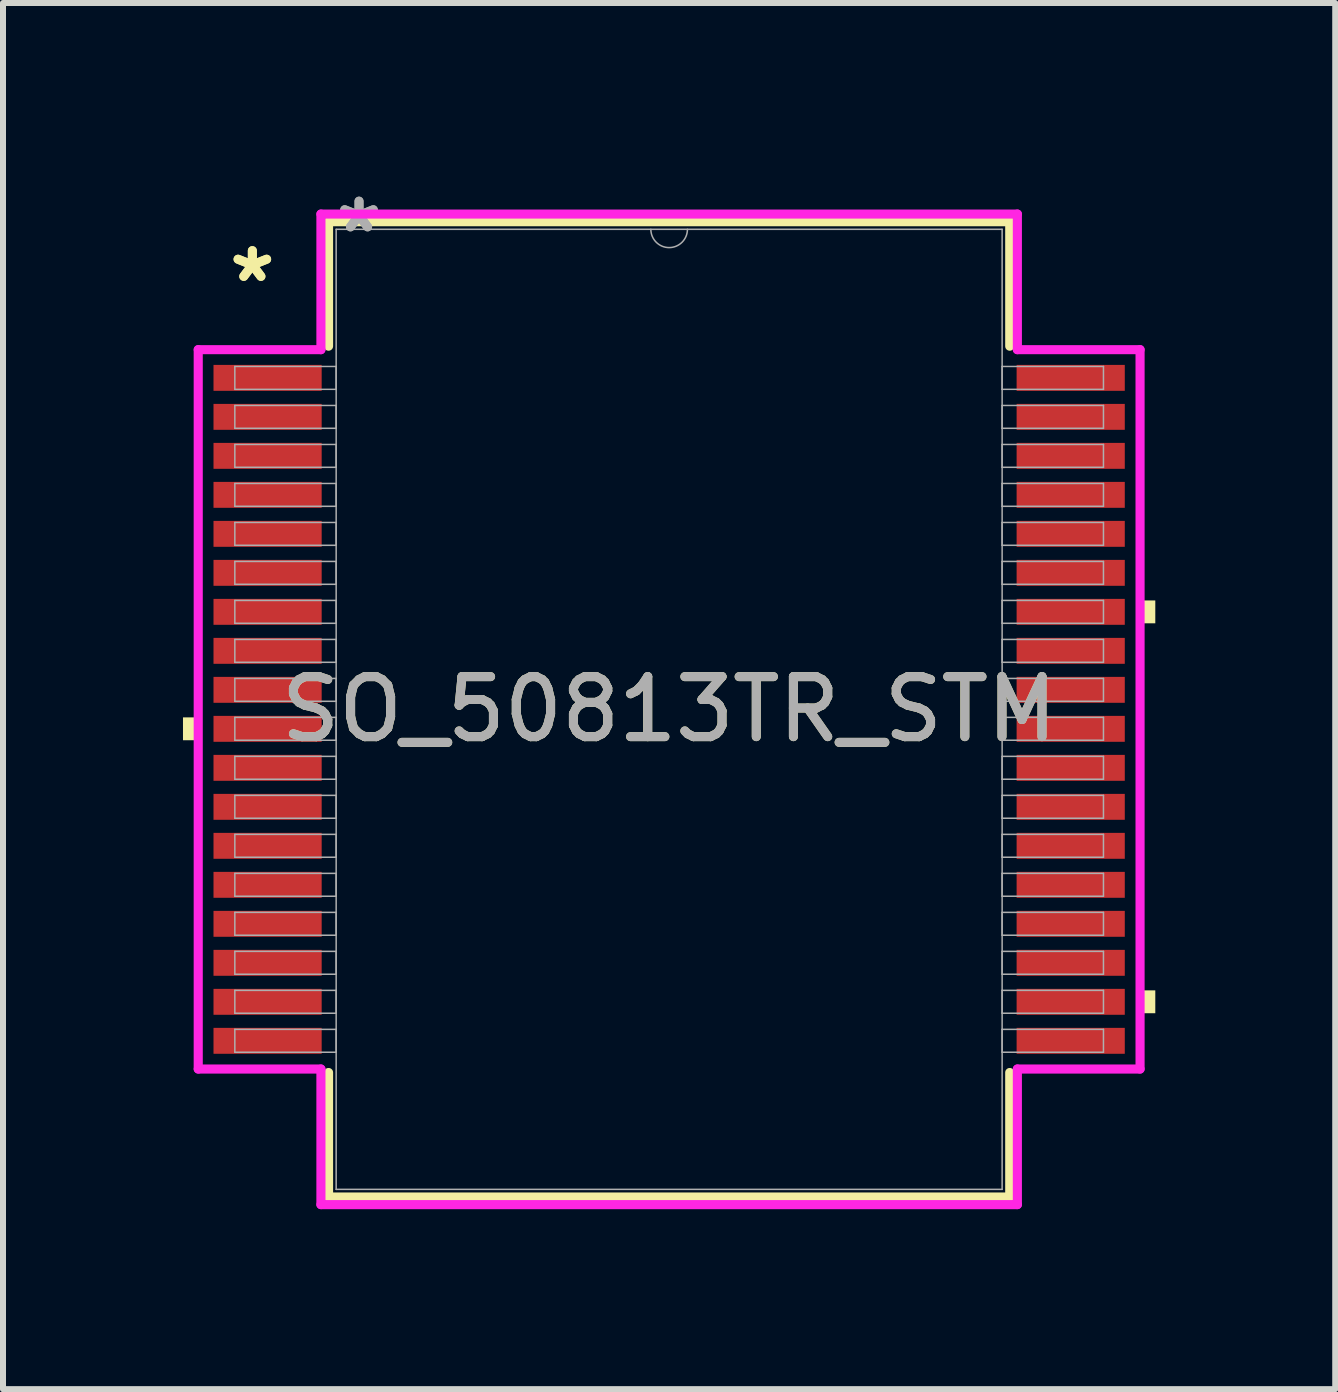
<source format=kicad_pcb>
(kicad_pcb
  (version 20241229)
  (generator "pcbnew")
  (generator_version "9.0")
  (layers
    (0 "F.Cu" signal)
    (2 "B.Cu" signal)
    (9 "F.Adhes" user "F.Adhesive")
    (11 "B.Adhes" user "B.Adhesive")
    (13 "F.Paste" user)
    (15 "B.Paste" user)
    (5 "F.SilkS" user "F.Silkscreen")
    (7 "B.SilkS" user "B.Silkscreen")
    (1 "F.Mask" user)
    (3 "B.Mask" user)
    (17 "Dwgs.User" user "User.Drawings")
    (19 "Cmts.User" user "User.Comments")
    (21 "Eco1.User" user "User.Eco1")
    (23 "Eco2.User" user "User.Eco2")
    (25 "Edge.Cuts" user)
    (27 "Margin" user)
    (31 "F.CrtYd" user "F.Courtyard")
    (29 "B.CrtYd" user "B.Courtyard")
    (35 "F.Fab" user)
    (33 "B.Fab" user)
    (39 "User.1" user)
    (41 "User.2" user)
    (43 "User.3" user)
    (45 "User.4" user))
  (footprint "SO_50813TR_STM"
    (layer "F.Cu")
    (at 8.103 8.773)
    (property "Reference" "SO_50813TR_STM" (at 0 0 0) (unlocked yes) (layer "F.SilkS") (effects (font (size 1 1) (thickness 0.15))))
    (attr smd)
    (fp_line (start -5.677 -8.128) (end -5.677 -6.053) (stroke (width 0.152) (type solid)) (layer "F.SilkS"))
    (fp_line (start -5.677 6.053) (end -5.677 8.128) (stroke (width 0.152) (type solid)) (layer "F.SilkS"))
    (fp_line (start -5.677 8.128) (end 5.677 8.128) (stroke (width 0.152) (type solid)) (layer "F.SilkS"))
    (fp_line (start 5.677 -8.128) (end -5.677 -8.128) (stroke (width 0.152) (type solid)) (layer "F.SilkS"))
    (fp_line (start 5.677 -6.053) (end 5.677 -8.128) (stroke (width 0.152) (type solid)) (layer "F.SilkS"))
    (fp_line (start 5.677 8.128) (end 5.677 6.053) (stroke (width 0.152) (type solid)) (layer "F.SilkS"))
    (fp_poly (pts (xy -8.103 0.134) (xy -8.103 0.515) (xy -7.849 0.515) (xy -7.849 0.134)) (stroke (width 0) (type solid)) (fill yes) (layer "F.SilkS"))
    (fp_poly (pts (xy 8.103 -1.815) (xy 8.103 -1.434) (xy 7.849 -1.434) (xy 7.849 -1.815)) (stroke (width 0) (type solid)) (fill yes) (layer "F.SilkS"))
    (fp_poly (pts (xy 8.103 4.684) (xy 8.103 5.065) (xy 7.849 5.065) (xy 7.849 4.684)) (stroke (width 0) (type solid)) (fill yes) (layer "F.SilkS"))
    (fp_line (start -7.849 -5.995) (end -5.804 -5.995) (stroke (width 0.152) (type solid)) (layer "F.CrtYd"))
    (fp_line (start -7.849 5.995) (end -7.849 -5.995) (stroke (width 0.152) (type solid)) (layer "F.CrtYd"))
    (fp_line (start -7.849 5.995) (end -5.804 5.995) (stroke (width 0.152) (type solid)) (layer "F.CrtYd"))
    (fp_line (start -5.804 -8.255) (end 5.804 -8.255) (stroke (width 0.152) (type solid)) (layer "F.CrtYd"))
    (fp_line (start -5.804 -5.995) (end -5.804 -8.255) (stroke (width 0.152) (type solid)) (layer "F.CrtYd"))
    (fp_line (start -5.804 8.255) (end -5.804 5.995) (stroke (width 0.152) (type solid)) (layer "F.CrtYd"))
    (fp_line (start 5.804 -8.255) (end 5.804 -5.995) (stroke (width 0.152) (type solid)) (layer "F.CrtYd"))
    (fp_line (start 5.804 5.995) (end 5.804 8.255) (stroke (width 0.152) (type solid)) (layer "F.CrtYd"))
    (fp_line (start 5.804 8.255) (end -5.804 8.255) (stroke (width 0.152) (type solid)) (layer "F.CrtYd"))
    (fp_line (start 7.849 -5.995) (end 5.804 -5.995) (stroke (width 0.152) (type solid)) (layer "F.CrtYd"))
    (fp_line (start 7.849 -5.995) (end 7.849 5.995) (stroke (width 0.152) (type solid)) (layer "F.CrtYd"))
    (fp_line (start 7.849 5.995) (end 5.804 5.995) (stroke (width 0.152) (type solid)) (layer "F.CrtYd"))
    (fp_line (start -7.239 -5.715) (end -7.239 -5.334) (stroke (width 0.025) (type solid)) (layer "F.Fab"))
    (fp_line (start -7.239 -5.334) (end -5.55 -5.334) (stroke (width 0.025) (type solid)) (layer "F.Fab"))
    (fp_line (start -7.239 -5.065) (end -7.239 -4.684) (stroke (width 0.025) (type solid)) (layer "F.Fab"))
    (fp_line (start -7.239 -4.684) (end -5.55 -4.684) (stroke (width 0.025) (type solid)) (layer "F.Fab"))
    (fp_line (start -7.239 -4.415) (end -7.239 -4.034) (stroke (width 0.025) (type solid)) (layer "F.Fab"))
    (fp_line (start -7.239 -4.034) (end -5.55 -4.034) (stroke (width 0.025) (type solid)) (layer "F.Fab"))
    (fp_line (start -7.239 -3.765) (end -7.239 -3.384) (stroke (width 0.025) (type solid)) (layer "F.Fab"))
    (fp_line (start -7.239 -3.384) (end -5.55 -3.384) (stroke (width 0.025) (type solid)) (layer "F.Fab"))
    (fp_line (start -7.239 -3.115) (end -7.239 -2.734) (stroke (width 0.025) (type solid)) (layer "F.Fab"))
    (fp_line (start -7.239 -2.734) (end -5.55 -2.734) (stroke (width 0.025) (type solid)) (layer "F.Fab"))
    (fp_line (start -7.239 -2.465) (end -7.239 -2.084) (stroke (width 0.025) (type solid)) (layer "F.Fab"))
    (fp_line (start -7.239 -2.084) (end -5.55 -2.084) (stroke (width 0.025) (type solid)) (layer "F.Fab"))
    (fp_line (start -7.239 -1.815) (end -7.239 -1.434) (stroke (width 0.025) (type solid)) (layer "F.Fab"))
    (fp_line (start -7.239 -1.434) (end -5.55 -1.434) (stroke (width 0.025) (type solid)) (layer "F.Fab"))
    (fp_line (start -7.239 -1.165) (end -7.239 -0.784) (stroke (width 0.025) (type solid)) (layer "F.Fab"))
    (fp_line (start -7.239 -0.784) (end -5.55 -0.784) (stroke (width 0.025) (type solid)) (layer "F.Fab"))
    (fp_line (start -7.239 -0.515) (end -7.239 -0.134) (stroke (width 0.025) (type solid)) (layer "F.Fab"))
    (fp_line (start -7.239 -0.134) (end -5.55 -0.134) (stroke (width 0.025) (type solid)) (layer "F.Fab"))
    (fp_line (start -7.239 0.134) (end -7.239 0.515) (stroke (width 0.025) (type solid)) (layer "F.Fab"))
    (fp_line (start -7.239 0.515) (end -5.55 0.515) (stroke (width 0.025) (type solid)) (layer "F.Fab"))
    (fp_line (start -7.239 0.784) (end -7.239 1.165) (stroke (width 0.025) (type solid)) (layer "F.Fab"))
    (fp_line (start -7.239 1.165) (end -5.55 1.165) (stroke (width 0.025) (type solid)) (layer "F.Fab"))
    (fp_line (start -7.239 1.434) (end -7.239 1.815) (stroke (width 0.025) (type solid)) (layer "F.Fab"))
    (fp_line (start -7.239 1.815) (end -5.55 1.815) (stroke (width 0.025) (type solid)) (layer "F.Fab"))
    (fp_line (start -7.239 2.084) (end -7.239 2.465) (stroke (width 0.025) (type solid)) (layer "F.Fab"))
    (fp_line (start -7.239 2.465) (end -5.55 2.465) (stroke (width 0.025) (type solid)) (layer "F.Fab"))
    (fp_line (start -7.239 2.734) (end -7.239 3.115) (stroke (width 0.025) (type solid)) (layer "F.Fab"))
    (fp_line (start -7.239 3.115) (end -5.55 3.115) (stroke (width 0.025) (type solid)) (layer "F.Fab"))
    (fp_line (start -7.239 3.384) (end -7.239 3.765) (stroke (width 0.025) (type solid)) (layer "F.Fab"))
    (fp_line (start -7.239 3.765) (end -5.55 3.765) (stroke (width 0.025) (type solid)) (layer "F.Fab"))
    (fp_line (start -7.239 4.034) (end -7.239 4.415) (stroke (width 0.025) (type solid)) (layer "F.Fab"))
    (fp_line (start -7.239 4.415) (end -5.55 4.415) (stroke (width 0.025) (type solid)) (layer "F.Fab"))
    (fp_line (start -7.239 4.684) (end -7.239 5.065) (stroke (width 0.025) (type solid)) (layer "F.Fab"))
    (fp_line (start -7.239 5.065) (end -5.55 5.065) (stroke (width 0.025) (type solid)) (layer "F.Fab"))
    (fp_line (start -7.239 5.334) (end -7.239 5.715) (stroke (width 0.025) (type solid)) (layer "F.Fab"))
    (fp_line (start -7.239 5.715) (end -5.55 5.715) (stroke (width 0.025) (type solid)) (layer "F.Fab"))
    (fp_line (start -5.55 -8.001) (end -5.55 8.001) (stroke (width 0.025) (type solid)) (layer "F.Fab"))
    (fp_line (start -5.55 -5.715) (end -7.239 -5.715) (stroke (width 0.025) (type solid)) (layer "F.Fab"))
    (fp_line (start -5.55 -5.334) (end -5.55 -5.715) (stroke (width 0.025) (type solid)) (layer "F.Fab"))
    (fp_line (start -5.55 -5.065) (end -7.239 -5.065) (stroke (width 0.025) (type solid)) (layer "F.Fab"))
    (fp_line (start -5.55 -4.684) (end -5.55 -5.065) (stroke (width 0.025) (type solid)) (layer "F.Fab"))
    (fp_line (start -5.55 -4.415) (end -7.239 -4.415) (stroke (width 0.025) (type solid)) (layer "F.Fab"))
    (fp_line (start -5.55 -4.034) (end -5.55 -4.415) (stroke (width 0.025) (type solid)) (layer "F.Fab"))
    (fp_line (start -5.55 -3.765) (end -7.239 -3.765) (stroke (width 0.025) (type solid)) (layer "F.Fab"))
    (fp_line (start -5.55 -3.384) (end -5.55 -3.765) (stroke (width 0.025) (type solid)) (layer "F.Fab"))
    (fp_line (start -5.55 -3.115) (end -7.239 -3.115) (stroke (width 0.025) (type solid)) (layer "F.Fab"))
    (fp_line (start -5.55 -2.734) (end -5.55 -3.115) (stroke (width 0.025) (type solid)) (layer "F.Fab"))
    (fp_line (start -5.55 -2.465) (end -7.239 -2.465) (stroke (width 0.025) (type solid)) (layer "F.Fab"))
    (fp_line (start -5.55 -2.084) (end -5.55 -2.465) (stroke (width 0.025) (type solid)) (layer "F.Fab"))
    (fp_line (start -5.55 -1.815) (end -7.239 -1.815) (stroke (width 0.025) (type solid)) (layer "F.Fab"))
    (fp_line (start -5.55 -1.434) (end -5.55 -1.815) (stroke (width 0.025) (type solid)) (layer "F.Fab"))
    (fp_line (start -5.55 -1.165) (end -7.239 -1.165) (stroke (width 0.025) (type solid)) (layer "F.Fab"))
    (fp_line (start -5.55 -0.784) (end -5.55 -1.165) (stroke (width 0.025) (type solid)) (layer "F.Fab"))
    (fp_line (start -5.55 -0.515) (end -7.239 -0.515) (stroke (width 0.025) (type solid)) (layer "F.Fab"))
    (fp_line (start -5.55 -0.134) (end -5.55 -0.515) (stroke (width 0.025) (type solid)) (layer "F.Fab"))
    (fp_line (start -5.55 0.134) (end -7.239 0.134) (stroke (width 0.025) (type solid)) (layer "F.Fab"))
    (fp_line (start -5.55 0.515) (end -5.55 0.134) (stroke (width 0.025) (type solid)) (layer "F.Fab"))
    (fp_line (start -5.55 0.784) (end -7.239 0.784) (stroke (width 0.025) (type solid)) (layer "F.Fab"))
    (fp_line (start -5.55 1.165) (end -5.55 0.784) (stroke (width 0.025) (type solid)) (layer "F.Fab"))
    (fp_line (start -5.55 1.434) (end -7.239 1.434) (stroke (width 0.025) (type solid)) (layer "F.Fab"))
    (fp_line (start -5.55 1.815) (end -5.55 1.434) (stroke (width 0.025) (type solid)) (layer "F.Fab"))
    (fp_line (start -5.55 2.084) (end -7.239 2.084) (stroke (width 0.025) (type solid)) (layer "F.Fab"))
    (fp_line (start -5.55 2.465) (end -5.55 2.084) (stroke (width 0.025) (type solid)) (layer "F.Fab"))
    (fp_line (start -5.55 2.734) (end -7.239 2.734) (stroke (width 0.025) (type solid)) (layer "F.Fab"))
    (fp_line (start -5.55 3.115) (end -5.55 2.734) (stroke (width 0.025) (type solid)) (layer "F.Fab"))
    (fp_line (start -5.55 3.384) (end -7.239 3.384) (stroke (width 0.025) (type solid)) (layer "F.Fab"))
    (fp_line (start -5.55 3.765) (end -5.55 3.384) (stroke (width 0.025) (type solid)) (layer "F.Fab"))
    (fp_line (start -5.55 4.034) (end -7.239 4.034) (stroke (width 0.025) (type solid)) (layer "F.Fab"))
    (fp_line (start -5.55 4.415) (end -5.55 4.034) (stroke (width 0.025) (type solid)) (layer "F.Fab"))
    (fp_line (start -5.55 4.684) (end -7.239 4.684) (stroke (width 0.025) (type solid)) (layer "F.Fab"))
    (fp_line (start -5.55 5.065) (end -5.55 4.684) (stroke (width 0.025) (type solid)) (layer "F.Fab"))
    (fp_line (start -5.55 5.334) (end -7.239 5.334) (stroke (width 0.025) (type solid)) (layer "F.Fab"))
    (fp_line (start -5.55 5.715) (end -5.55 5.334) (stroke (width 0.025) (type solid)) (layer "F.Fab"))
    (fp_line (start -5.55 8.001) (end 5.55 8.001) (stroke (width 0.025) (type solid)) (layer "F.Fab"))
    (fp_line (start 5.55 -8.001) (end -5.55 -8.001) (stroke (width 0.025) (type solid)) (layer "F.Fab"))
    (fp_line (start 5.55 -5.715) (end 5.55 -5.334) (stroke (width 0.025) (type solid)) (layer "F.Fab"))
    (fp_line (start 5.55 -5.334) (end 7.239 -5.334) (stroke (width 0.025) (type solid)) (layer "F.Fab"))
    (fp_line (start 5.55 -5.065) (end 5.55 -4.684) (stroke (width 0.025) (type solid)) (layer "F.Fab"))
    (fp_line (start 5.55 -4.684) (end 7.239 -4.684) (stroke (width 0.025) (type solid)) (layer "F.Fab"))
    (fp_line (start 5.55 -4.415) (end 5.55 -4.034) (stroke (width 0.025) (type solid)) (layer "F.Fab"))
    (fp_line (start 5.55 -4.034) (end 7.239 -4.034) (stroke (width 0.025) (type solid)) (layer "F.Fab"))
    (fp_line (start 5.55 -3.765) (end 5.55 -3.384) (stroke (width 0.025) (type solid)) (layer "F.Fab"))
    (fp_line (start 5.55 -3.384) (end 7.239 -3.384) (stroke (width 0.025) (type solid)) (layer "F.Fab"))
    (fp_line (start 5.55 -3.115) (end 5.55 -2.734) (stroke (width 0.025) (type solid)) (layer "F.Fab"))
    (fp_line (start 5.55 -2.734) (end 7.239 -2.734) (stroke (width 0.025) (type solid)) (layer "F.Fab"))
    (fp_line (start 5.55 -2.465) (end 5.55 -2.084) (stroke (width 0.025) (type solid)) (layer "F.Fab"))
    (fp_line (start 5.55 -2.084) (end 7.239 -2.084) (stroke (width 0.025) (type solid)) (layer "F.Fab"))
    (fp_line (start 5.55 -1.815) (end 5.55 -1.434) (stroke (width 0.025) (type solid)) (layer "F.Fab"))
    (fp_line (start 5.55 -1.434) (end 7.239 -1.434) (stroke (width 0.025) (type solid)) (layer "F.Fab"))
    (fp_line (start 5.55 -1.165) (end 5.55 -0.784) (stroke (width 0.025) (type solid)) (layer "F.Fab"))
    (fp_line (start 5.55 -0.784) (end 7.239 -0.784) (stroke (width 0.025) (type solid)) (layer "F.Fab"))
    (fp_line (start 5.55 -0.515) (end 5.55 -0.134) (stroke (width 0.025) (type solid)) (layer "F.Fab"))
    (fp_line (start 5.55 -0.134) (end 7.239 -0.134) (stroke (width 0.025) (type solid)) (layer "F.Fab"))
    (fp_line (start 5.55 0.134) (end 5.55 0.515) (stroke (width 0.025) (type solid)) (layer "F.Fab"))
    (fp_line (start 5.55 0.515) (end 7.239 0.515) (stroke (width 0.025) (type solid)) (layer "F.Fab"))
    (fp_line (start 5.55 0.784) (end 5.55 1.165) (stroke (width 0.025) (type solid)) (layer "F.Fab"))
    (fp_line (start 5.55 1.165) (end 7.239 1.165) (stroke (width 0.025) (type solid)) (layer "F.Fab"))
    (fp_line (start 5.55 1.434) (end 5.55 1.815) (stroke (width 0.025) (type solid)) (layer "F.Fab"))
    (fp_line (start 5.55 1.815) (end 7.239 1.815) (stroke (width 0.025) (type solid)) (layer "F.Fab"))
    (fp_line (start 5.55 2.084) (end 5.55 2.465) (stroke (width 0.025) (type solid)) (layer "F.Fab"))
    (fp_line (start 5.55 2.465) (end 7.239 2.465) (stroke (width 0.025) (type solid)) (layer "F.Fab"))
    (fp_line (start 5.55 2.734) (end 5.55 3.115) (stroke (width 0.025) (type solid)) (layer "F.Fab"))
    (fp_line (start 5.55 3.115) (end 7.239 3.115) (stroke (width 0.025) (type solid)) (layer "F.Fab"))
    (fp_line (start 5.55 3.384) (end 5.55 3.765) (stroke (width 0.025) (type solid)) (layer "F.Fab"))
    (fp_line (start 5.55 3.765) (end 7.239 3.765) (stroke (width 0.025) (type solid)) (layer "F.Fab"))
    (fp_line (start 5.55 4.034) (end 5.55 4.415) (stroke (width 0.025) (type solid)) (layer "F.Fab"))
    (fp_line (start 5.55 4.415) (end 7.239 4.415) (stroke (width 0.025) (type solid)) (layer "F.Fab"))
    (fp_line (start 5.55 4.684) (end 5.55 5.065) (stroke (width 0.025) (type solid)) (layer "F.Fab"))
    (fp_line (start 5.55 5.065) (end 7.239 5.065) (stroke (width 0.025) (type solid)) (layer "F.Fab"))
    (fp_line (start 5.55 5.334) (end 5.55 5.715) (stroke (width 0.025) (type solid)) (layer "F.Fab"))
    (fp_line (start 5.55 5.715) (end 7.239 5.715) (stroke (width 0.025) (type solid)) (layer "F.Fab"))
    (fp_line (start 5.55 8.001) (end 5.55 -8.001) (stroke (width 0.025) (type solid)) (layer "F.Fab"))
    (fp_line (start 7.239 -5.715) (end 5.55 -5.715) (stroke (width 0.025) (type solid)) (layer "F.Fab"))
    (fp_line (start 7.239 -5.334) (end 7.239 -5.715) (stroke (width 0.025) (type solid)) (layer "F.Fab"))
    (fp_line (start 7.239 -5.065) (end 5.55 -5.065) (stroke (width 0.025) (type solid)) (layer "F.Fab"))
    (fp_line (start 7.239 -4.684) (end 7.239 -5.065) (stroke (width 0.025) (type solid)) (layer "F.Fab"))
    (fp_line (start 7.239 -4.415) (end 5.55 -4.415) (stroke (width 0.025) (type solid)) (layer "F.Fab"))
    (fp_line (start 7.239 -4.034) (end 7.239 -4.415) (stroke (width 0.025) (type solid)) (layer "F.Fab"))
    (fp_line (start 7.239 -3.765) (end 5.55 -3.765) (stroke (width 0.025) (type solid)) (layer "F.Fab"))
    (fp_line (start 7.239 -3.384) (end 7.239 -3.765) (stroke (width 0.025) (type solid)) (layer "F.Fab"))
    (fp_line (start 7.239 -3.115) (end 5.55 -3.115) (stroke (width 0.025) (type solid)) (layer "F.Fab"))
    (fp_line (start 7.239 -2.734) (end 7.239 -3.115) (stroke (width 0.025) (type solid)) (layer "F.Fab"))
    (fp_line (start 7.239 -2.465) (end 5.55 -2.465) (stroke (width 0.025) (type solid)) (layer "F.Fab"))
    (fp_line (start 7.239 -2.084) (end 7.239 -2.465) (stroke (width 0.025) (type solid)) (layer "F.Fab"))
    (fp_line (start 7.239 -1.815) (end 5.55 -1.815) (stroke (width 0.025) (type solid)) (layer "F.Fab"))
    (fp_line (start 7.239 -1.434) (end 7.239 -1.815) (stroke (width 0.025) (type solid)) (layer "F.Fab"))
    (fp_line (start 7.239 -1.165) (end 5.55 -1.165) (stroke (width 0.025) (type solid)) (layer "F.Fab"))
    (fp_line (start 7.239 -0.784) (end 7.239 -1.165) (stroke (width 0.025) (type solid)) (layer "F.Fab"))
    (fp_line (start 7.239 -0.515) (end 5.55 -0.515) (stroke (width 0.025) (type solid)) (layer "F.Fab"))
    (fp_line (start 7.239 -0.134) (end 7.239 -0.515) (stroke (width 0.025) (type solid)) (layer "F.Fab"))
    (fp_line (start 7.239 0.134) (end 5.55 0.134) (stroke (width 0.025) (type solid)) (layer "F.Fab"))
    (fp_line (start 7.239 0.515) (end 7.239 0.134) (stroke (width 0.025) (type solid)) (layer "F.Fab"))
    (fp_line (start 7.239 0.784) (end 5.55 0.784) (stroke (width 0.025) (type solid)) (layer "F.Fab"))
    (fp_line (start 7.239 1.165) (end 7.239 0.784) (stroke (width 0.025) (type solid)) (layer "F.Fab"))
    (fp_line (start 7.239 1.434) (end 5.55 1.434) (stroke (width 0.025) (type solid)) (layer "F.Fab"))
    (fp_line (start 7.239 1.815) (end 7.239 1.434) (stroke (width 0.025) (type solid)) (layer "F.Fab"))
    (fp_line (start 7.239 2.084) (end 5.55 2.084) (stroke (width 0.025) (type solid)) (layer "F.Fab"))
    (fp_line (start 7.239 2.465) (end 7.239 2.084) (stroke (width 0.025) (type solid)) (layer "F.Fab"))
    (fp_line (start 7.239 2.734) (end 5.55 2.734) (stroke (width 0.025) (type solid)) (layer "F.Fab"))
    (fp_line (start 7.239 3.115) (end 7.239 2.734) (stroke (width 0.025) (type solid)) (layer "F.Fab"))
    (fp_line (start 7.239 3.384) (end 5.55 3.384) (stroke (width 0.025) (type solid)) (layer "F.Fab"))
    (fp_line (start 7.239 3.765) (end 7.239 3.384) (stroke (width 0.025) (type solid)) (layer "F.Fab"))
    (fp_line (start 7.239 4.034) (end 5.55 4.034) (stroke (width 0.025) (type solid)) (layer "F.Fab"))
    (fp_line (start 7.239 4.415) (end 7.239 4.034) (stroke (width 0.025) (type solid)) (layer "F.Fab"))
    (fp_line (start 7.239 4.684) (end 5.55 4.684) (stroke (width 0.025) (type solid)) (layer "F.Fab"))
    (fp_line (start 7.239 5.065) (end 7.239 4.684) (stroke (width 0.025) (type solid)) (layer "F.Fab"))
    (fp_line (start 7.239 5.334) (end 5.55 5.334) (stroke (width 0.025) (type solid)) (layer "F.Fab"))
    (fp_line (start 7.239 5.715) (end 7.239 5.334) (stroke (width 0.025) (type solid)) (layer "F.Fab"))
    (fp_arc (start 0.3048 -8.001) (mid 0 -7.6962) (end -0.3048 -8.001) (stroke (width 0.0254) (type solid)) (layer "F.Fab"))
    (fp_text user "*" (at -6.947 -7.1 0) (unlocked yes) (layer "F.SilkS") (effects (font (size 1 1) (thickness 0.15))))
    (fp_text user "*" (at -6.947 -7.1 0) (layer "F.SilkS") (effects (font (size 1 1) (thickness 0.15))))
    (fp_text user "*" (at -5.169 -7.925 0) (unlocked yes) (layer "F.Fab") (effects (font (size 1 1) (thickness 0.15))))
    (fp_text user "*" (at -5.169 -7.925 0) (layer "F.Fab") (effects (font (size 1 1) (thickness 0.15))))
    (fp_text user "${REFERENCE}" (at 0 0 0) (unlocked yes) (layer "F.Fab") (effects (font (size 1 1) (thickness 0.15))))
    (pad "1" smd rect (at -6.693 -5.525) (size 1.803 0.432) (layers "F.Cu" "F.Mask" "F.Paste"))
    (pad "2" smd rect (at -6.693 -4.875) (size 1.803 0.432) (layers "F.Cu" "F.Mask" "F.Paste"))
    (pad "3" smd rect (at -6.693 -4.225) (size 1.803 0.432) (layers "F.Cu" "F.Mask" "F.Paste"))
    (pad "4" smd rect (at -6.693 -3.575) (size 1.803 0.432) (layers "F.Cu" "F.Mask" "F.Paste"))
    (pad "5" smd rect (at -6.693 -2.925) (size 1.803 0.432) (layers "F.Cu" "F.Mask" "F.Paste"))
    (pad "6" smd rect (at -6.693 -2.275) (size 1.803 0.432) (layers "F.Cu" "F.Mask" "F.Paste"))
    (pad "7" smd rect (at -6.693 -1.625) (size 1.803 0.432) (layers "F.Cu" "F.Mask" "F.Paste"))
    (pad "8" smd rect (at -6.693 -0.975) (size 1.803 0.432) (layers "F.Cu" "F.Mask" "F.Paste"))
    (pad "9" smd rect (at -6.693 -0.325) (size 1.803 0.432) (layers "F.Cu" "F.Mask" "F.Paste"))
    (pad "10" smd rect (at -6.693 0.325) (size 1.803 0.432) (layers "F.Cu" "F.Mask" "F.Paste"))
    (pad "11" smd rect (at -6.693 0.975) (size 1.803 0.432) (layers "F.Cu" "F.Mask" "F.Paste"))
    (pad "12" smd rect (at -6.693 1.625) (size 1.803 0.432) (layers "F.Cu" "F.Mask" "F.Paste"))
    (pad "13" smd rect (at -6.693 2.275) (size 1.803 0.432) (layers "F.Cu" "F.Mask" "F.Paste"))
    (pad "14" smd rect (at -6.693 2.925) (size 1.803 0.432) (layers "F.Cu" "F.Mask" "F.Paste"))
    (pad "15" smd rect (at -6.693 3.575) (size 1.803 0.432) (layers "F.Cu" "F.Mask" "F.Paste"))
    (pad "16" smd rect (at -6.693 4.225) (size 1.803 0.432) (layers "F.Cu" "F.Mask" "F.Paste"))
    (pad "17" smd rect (at -6.693 4.875) (size 1.803 0.432) (layers "F.Cu" "F.Mask" "F.Paste"))
    (pad "18" smd rect (at -6.693 5.525) (size 1.803 0.432) (layers "F.Cu" "F.Mask" "F.Paste"))
    (pad "19" smd rect (at 6.693 5.525) (size 1.803 0.432) (layers "F.Cu" "F.Mask" "F.Paste"))
    (pad "20" smd rect (at 6.693 4.875) (size 1.803 0.432) (layers "F.Cu" "F.Mask" "F.Paste"))
    (pad "21" smd rect (at 6.693 4.225) (size 1.803 0.432) (layers "F.Cu" "F.Mask" "F.Paste"))
    (pad "22" smd rect (at 6.693 3.575) (size 1.803 0.432) (layers "F.Cu" "F.Mask" "F.Paste"))
    (pad "23" smd rect (at 6.693 2.925) (size 1.803 0.432) (layers "F.Cu" "F.Mask" "F.Paste"))
    (pad "24" smd rect (at 6.693 2.275) (size 1.803 0.432) (layers "F.Cu" "F.Mask" "F.Paste"))
    (pad "25" smd rect (at 6.693 1.625) (size 1.803 0.432) (layers "F.Cu" "F.Mask" "F.Paste"))
    (pad "26" smd rect (at 6.693 0.975) (size 1.803 0.432) (layers "F.Cu" "F.Mask" "F.Paste"))
    (pad "27" smd rect (at 6.693 0.325) (size 1.803 0.432) (layers "F.Cu" "F.Mask" "F.Paste"))
    (pad "28" smd rect (at 6.693 -0.325) (size 1.803 0.432) (layers "F.Cu" "F.Mask" "F.Paste"))
    (pad "29" smd rect (at 6.693 -0.975) (size 1.803 0.432) (layers "F.Cu" "F.Mask" "F.Paste"))
    (pad "30" smd rect (at 6.693 -1.625) (size 1.803 0.432) (layers "F.Cu" "F.Mask" "F.Paste"))
    (pad "31" smd rect (at 6.693 -2.275) (size 1.803 0.432) (layers "F.Cu" "F.Mask" "F.Paste"))
    (pad "32" smd rect (at 6.693 -2.925) (size 1.803 0.432) (layers "F.Cu" "F.Mask" "F.Paste"))
    (pad "33" smd rect (at 6.693 -3.575) (size 1.803 0.432) (layers "F.Cu" "F.Mask" "F.Paste"))
    (pad "34" smd rect (at 6.693 -4.225) (size 1.803 0.432) (layers "F.Cu" "F.Mask" "F.Paste"))
    (pad "35" smd rect (at 6.693 -4.875) (size 1.803 0.432) (layers "F.Cu" "F.Mask" "F.Paste"))
    (pad "36" smd rect (at 6.693 -5.525) (size 1.803 0.432) (layers "F.Cu" "F.Mask" "F.Paste")))
  (gr_rect
    (start -3 -3)
    (end 19.205 20.104)
    (stroke (width 0.1) (type default))
    (fill no)
    (layer "Edge.Cuts")))
</source>
